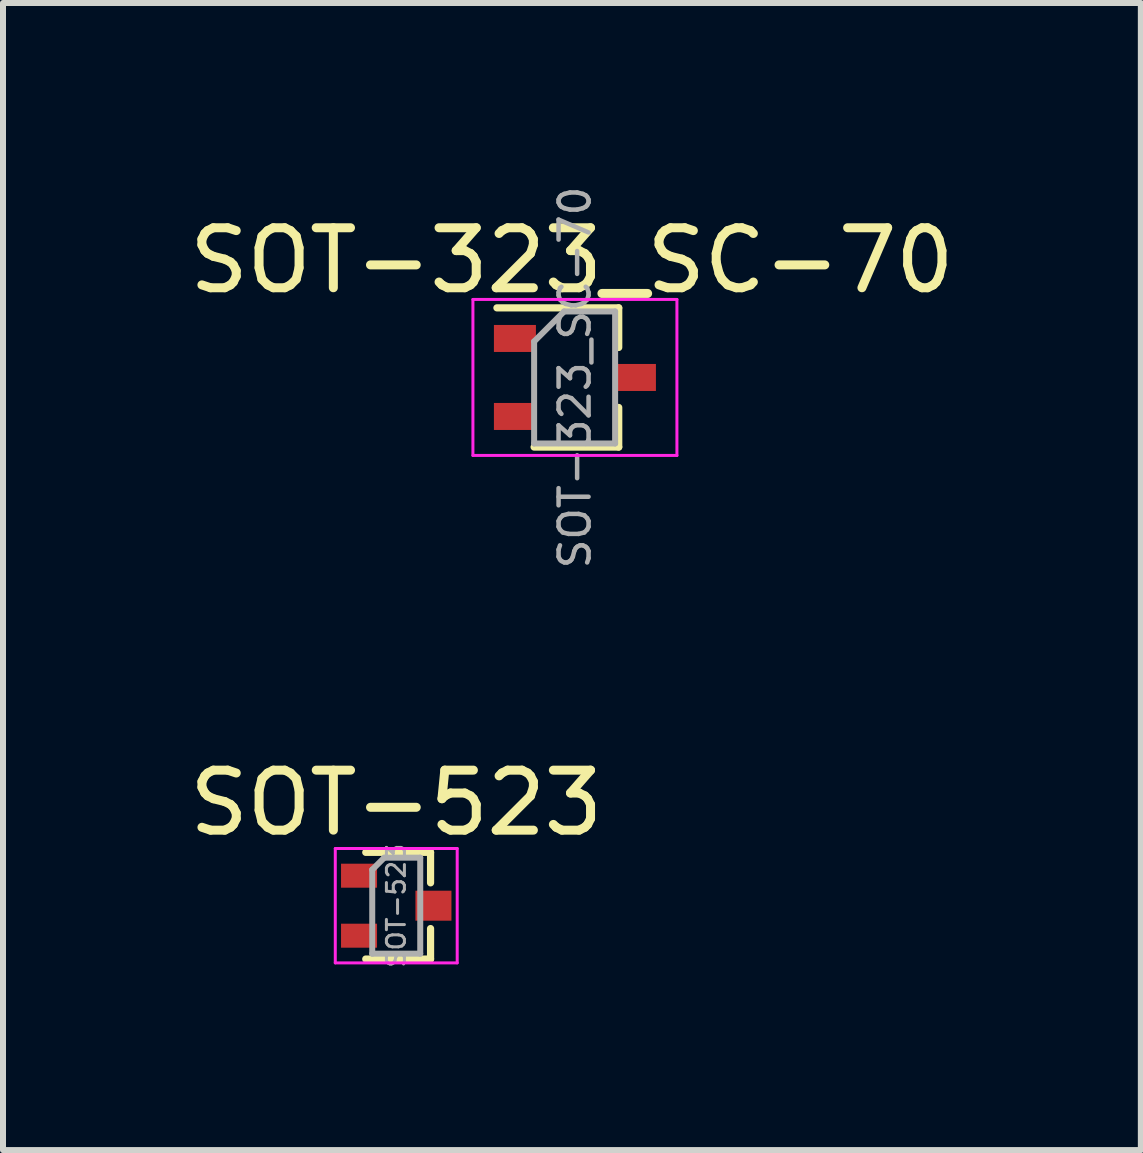
<source format=kicad_pcb>
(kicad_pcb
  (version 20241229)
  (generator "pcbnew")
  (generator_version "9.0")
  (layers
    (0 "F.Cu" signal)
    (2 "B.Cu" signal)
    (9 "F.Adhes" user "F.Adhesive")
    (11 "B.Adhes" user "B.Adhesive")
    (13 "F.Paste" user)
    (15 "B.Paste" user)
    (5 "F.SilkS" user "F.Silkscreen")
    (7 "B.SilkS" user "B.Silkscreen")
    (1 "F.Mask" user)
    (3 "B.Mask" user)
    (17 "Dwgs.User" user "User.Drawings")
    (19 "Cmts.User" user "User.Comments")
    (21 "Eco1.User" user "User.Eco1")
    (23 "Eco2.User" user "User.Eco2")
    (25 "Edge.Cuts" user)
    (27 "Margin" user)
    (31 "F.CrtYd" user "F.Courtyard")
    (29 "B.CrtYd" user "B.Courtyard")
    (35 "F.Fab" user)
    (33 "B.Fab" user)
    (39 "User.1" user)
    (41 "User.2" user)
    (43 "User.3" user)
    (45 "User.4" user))
  (footprint "SOT-323_SC-70"
    (layer "F.Cu")
    (at 6.532 3.241)
    (property "Reference" "SOT-323_SC-70" (at -0.05 -1.95 0) (layer "F.SilkS") (effects (font (size 1 1) (thickness 0.15))))
    (attr smd)
    (fp_line (start -0.68 1.16) (end 0.73 1.16) (stroke (width 0.12) (type solid)) (layer "F.SilkS"))
    (fp_line (start 0.73 -1.16) (end -1.3 -1.16) (stroke (width 0.12) (type solid)) (layer "F.SilkS"))
    (fp_line (start 0.73 -1.16) (end 0.73 -0.5) (stroke (width 0.12) (type solid)) (layer "F.SilkS"))
    (fp_line (start 0.73 0.5) (end 0.73 1.16) (stroke (width 0.12) (type solid)) (layer "F.SilkS"))
    (fp_line (start -1.7 -1.3) (end 1.7 -1.3) (stroke (width 0.05) (type solid)) (layer "F.CrtYd"))
    (fp_line (start -1.7 1.3) (end -1.7 -1.3) (stroke (width 0.05) (type solid)) (layer "F.CrtYd"))
    (fp_line (start 1.7 -1.3) (end 1.7 1.3) (stroke (width 0.05) (type solid)) (layer "F.CrtYd"))
    (fp_line (start 1.7 1.3) (end -1.7 1.3) (stroke (width 0.05) (type solid)) (layer "F.CrtYd"))
    (fp_line (start -0.68 -0.6) (end -0.68 1.1) (stroke (width 0.1) (type solid)) (layer "F.Fab"))
    (fp_line (start -0.18 -1.1) (end -0.68 -0.6) (stroke (width 0.1) (type solid)) (layer "F.Fab"))
    (fp_line (start 0.67 -1.1) (end -0.18 -1.1) (stroke (width 0.1) (type solid)) (layer "F.Fab"))
    (fp_line (start 0.67 -1.1) (end 0.67 1.1) (stroke (width 0.1) (type solid)) (layer "F.Fab"))
    (fp_line (start 0.67 1.1) (end -0.68 1.1) (stroke (width 0.1) (type solid)) (layer "F.Fab"))
    (fp_text user "${REFERENCE}" (at 0 0 90) (layer "F.Fab") (effects (font (size 0.5 0.5) (thickness 0.075))))
    (pad "1" smd rect (at -1 -0.65 270) (size 0.45 0.7) (layers "F.Cu" "F.Mask" "F.Paste"))
    (pad "2" smd rect (at -1 0.65 270) (size 0.45 0.7) (layers "F.Cu" "F.Mask" "F.Paste"))
    (pad "3" smd rect (at 1 0 270) (size 0.45 0.7) (layers "F.Cu" "F.Mask" "F.Paste")))
  (footprint "SOT-523"
    (layer "F.Cu")
    (at 3.554 12.045)
    (property "Reference" "SOT-523" (at 0 -1.714 0) (layer "F.SilkS") (effects (font (size 1 1) (thickness 0.15))))
    (attr smd)
    (fp_line (start -0.508 0.889) (end 0.572 0.889) (stroke (width 0.12) (type solid)) (layer "F.SilkS"))
    (fp_line (start 0.572 -0.889) (end -0.508 -0.889) (stroke (width 0.12) (type solid)) (layer "F.SilkS"))
    (fp_line (start 0.572 -0.381) (end 0.572 -0.889) (stroke (width 0.12) (type solid)) (layer "F.SilkS"))
    (fp_line (start 0.572 0.381) (end 0.572 0.889) (stroke (width 0.12) (type solid)) (layer "F.SilkS"))
    (fp_line (start -1.016 -0.953) (end 1.016 -0.953) (stroke (width 0.05) (type solid)) (layer "F.CrtYd"))
    (fp_line (start -1.016 0.953) (end -1.016 -0.953) (stroke (width 0.05) (type solid)) (layer "F.CrtYd"))
    (fp_line (start 1.016 -0.953) (end 1.016 0.953) (stroke (width 0.05) (type solid)) (layer "F.CrtYd"))
    (fp_line (start 1.016 0.953) (end -1.016 0.953) (stroke (width 0.05) (type solid)) (layer "F.CrtYd"))
    (fp_line (start -0.4 -0.6) (end -0.4 0.8) (stroke (width 0.1) (type solid)) (layer "F.Fab"))
    (fp_line (start -0.2 -0.8) (end -0.4 -0.6) (stroke (width 0.1) (type solid)) (layer "F.Fab"))
    (fp_line (start 0.4 -0.8) (end -0.2 -0.8) (stroke (width 0.1) (type solid)) (layer "F.Fab"))
    (fp_line (start 0.4 -0.8) (end 0.4 0.8) (stroke (width 0.1) (type solid)) (layer "F.Fab"))
    (fp_line (start 0.4 0.8) (end -0.4 0.8) (stroke (width 0.1) (type solid)) (layer "F.Fab"))
    (fp_text user "${REFERENCE}" (at 0 0 90) (layer "F.Fab") (effects (font (size 0.3 0.3) (thickness 0.05))))
    (pad "1" smd rect (at -0.62 -0.5 270) (size 0.4 0.6) (layers "F.Cu" "F.Mask" "F.Paste"))
    (pad "2" smd rect (at -0.62 0.5 270) (size 0.4 0.6) (layers "F.Cu" "F.Mask" "F.Paste"))
    (pad "3" smd rect (at 0.62 0 270) (size 0.5 0.6) (layers "F.Cu" "F.Mask" "F.Paste")))
  (gr_rect
    (start -3 -3)
    (end 15.964 16.118)
    (stroke (width 0.1) (type default))
    (fill no)
    (layer "Edge.Cuts")))
</source>
